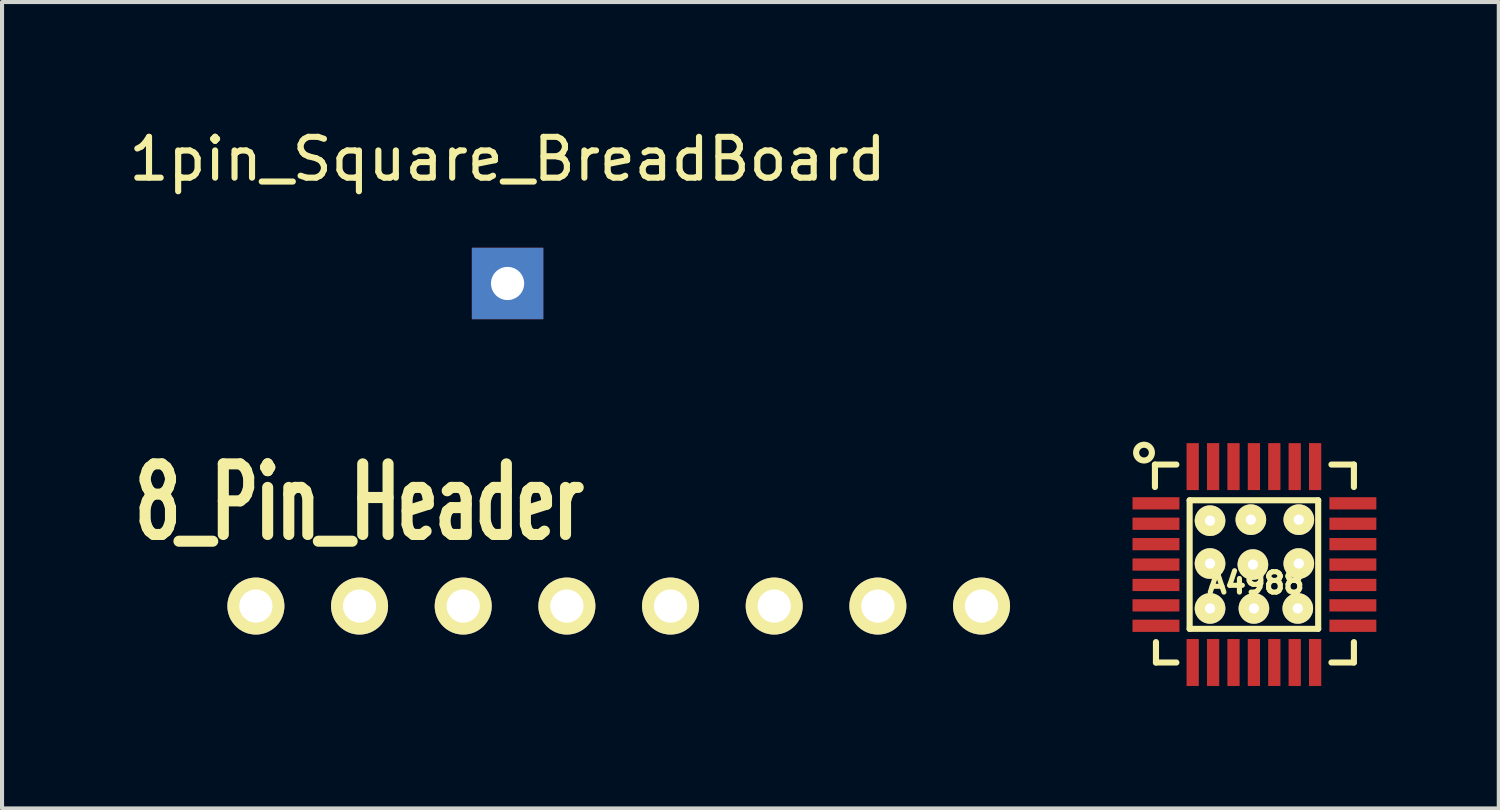
<source format=kicad_pcb>
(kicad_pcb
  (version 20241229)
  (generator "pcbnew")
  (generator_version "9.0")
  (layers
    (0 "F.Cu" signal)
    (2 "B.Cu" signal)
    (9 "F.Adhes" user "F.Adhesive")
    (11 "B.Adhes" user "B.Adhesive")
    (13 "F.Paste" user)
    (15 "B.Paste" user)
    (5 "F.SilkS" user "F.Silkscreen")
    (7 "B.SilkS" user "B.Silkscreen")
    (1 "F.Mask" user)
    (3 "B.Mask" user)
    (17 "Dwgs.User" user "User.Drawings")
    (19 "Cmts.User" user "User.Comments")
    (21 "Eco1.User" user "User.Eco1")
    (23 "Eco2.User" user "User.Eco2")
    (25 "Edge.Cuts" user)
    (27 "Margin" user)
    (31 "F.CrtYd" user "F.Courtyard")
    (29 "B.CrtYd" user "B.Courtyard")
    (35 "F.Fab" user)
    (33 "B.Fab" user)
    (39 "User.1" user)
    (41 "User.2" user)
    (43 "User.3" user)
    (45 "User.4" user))
  (footprint "8_Pin_Header"
    (layer "F.Cu")
    (at 12.11 11.8)
    (property "Reference" "8_Pin_Header" (at -6.35 -2.54 0) (layer "F.SilkS") (effects (font (size 1.73 1.087) (thickness 0.272))))
    (attr through_hole)
    (pad "1" thru_hole circle (at -8.89 0) (size 1.397 1.397) (drill 0.813) (layers "*.Cu" "*.Mask" "F.SilkS"))
    (pad "2" thru_hole circle (at -6.35 0) (size 1.397 1.397) (drill 0.813) (layers "*.Cu" "*.Mask" "F.SilkS"))
    (pad "3" thru_hole circle (at -3.81 0) (size 1.397 1.397) (drill 0.813) (layers "*.Cu" "*.Mask" "F.SilkS"))
    (pad "4" thru_hole circle (at -1.27 0) (size 1.397 1.397) (drill 0.813) (layers "*.Cu" "*.Mask" "F.SilkS"))
    (pad "5" thru_hole circle (at 1.27 0) (size 1.397 1.397) (drill 0.813) (layers "*.Cu" "*.Mask" "F.SilkS"))
    (pad "6" thru_hole circle (at 3.81 0) (size 1.397 1.397) (drill 0.813) (layers "*.Cu" "*.Mask" "F.SilkS"))
    (pad "7" thru_hole circle (at 6.35 0) (size 1.397 1.397) (drill 0.813) (layers "*.Cu" "*.Mask" "F.SilkS"))
    (pad "8" thru_hole circle (at 8.89 0) (size 1.397 1.397) (drill 0.813) (layers "*.Cu" "*.Mask" "F.SilkS")))
  (footprint "A4988"
    (layer "F.Cu")
    (at 26.099 12.358)
    (property "Reference" "A4988" (at 1.625 -1.125 0) (layer "F.SilkS") (effects (font (size 0.5 0.5) (thickness 0.125))))
    (attr through_hole)
    (fp_line (start -0.85 -4.025) (end -0.85 -3.475) (stroke (width 0.15) (type solid)) (layer "F.SilkS"))
    (fp_line (start -0.85 -4.025) (end -0.325 -4.025) (stroke (width 0.15) (type solid)) (layer "F.SilkS"))
    (fp_line (start -0.825 0.825) (end -0.825 0.325) (stroke (width 0.15) (type solid)) (layer "F.SilkS"))
    (fp_line (start -0.825 0.825) (end -0.325 0.825) (stroke (width 0.15) (type solid)) (layer "F.SilkS"))
    (fp_line (start 0 -3.15) (end 0 0) (stroke (width 0.15) (type solid)) (layer "F.SilkS"))
    (fp_line (start 0 0) (end 3.15 0) (stroke (width 0.15) (type solid)) (layer "F.SilkS"))
    (fp_line (start 3.15 -3.15) (end 0 -3.15) (stroke (width 0.15) (type solid)) (layer "F.SilkS"))
    (fp_line (start 3.15 0) (end 3.15 -3.15) (stroke (width 0.15) (type solid)) (layer "F.SilkS"))
    (fp_line (start 4.025 -4.025) (end 3.475 -4.025) (stroke (width 0.15) (type solid)) (layer "F.SilkS"))
    (fp_line (start 4.025 -4.025) (end 4.025 -3.475) (stroke (width 0.15) (type solid)) (layer "F.SilkS"))
    (fp_line (start 4.025 0.825) (end 3.475 0.825) (stroke (width 0.15) (type solid)) (layer "F.SilkS"))
    (fp_line (start 4.025 0.825) (end 4.025 0.325) (stroke (width 0.15) (type solid)) (layer "F.SilkS"))
    (fp_circle (center -1.118 -4.318) (end -1.194 -4.14) (stroke (width 0.15) (type solid)) (fill no) (layer "F.SilkS"))
    (pad "1" smd rect (at -0.825 -3.075) (size 1.15 0.3) (layers "F.Cu" "F.Mask" "F.Paste"))
    (pad "2" smd rect (at -0.825 -2.575) (size 1.15 0.3) (layers "F.Cu" "F.Mask" "F.Paste"))
    (pad "3" smd rect (at -0.825 -2.075) (size 1.15 0.3) (layers "F.Cu" "F.Mask" "F.Paste"))
    (pad "4" smd rect (at -0.825 -1.575) (size 1.15 0.3) (layers "F.Cu" "F.Mask" "F.Paste"))
    (pad "5" smd rect (at -0.825 -1.075) (size 1.15 0.3) (layers "F.Cu" "F.Mask" "F.Paste"))
    (pad "6" smd rect (at -0.825 -0.575) (size 1.15 0.3) (layers "F.Cu" "F.Mask" "F.Paste"))
    (pad "7" smd rect (at -0.825 -0.075) (size 1.15 0.3) (layers "F.Cu" "F.Mask" "F.Paste"))
    (pad "8" smd rect (at 0.075 0.825) (size 0.3 1.15) (layers "F.Cu" "F.Mask" "F.Paste"))
    (pad "9" smd rect (at 0.575 0.825) (size 0.3 1.15) (layers "F.Cu" "F.Mask" "F.Paste"))
    (pad "10" smd rect (at 1.075 0.825) (size 0.3 1.15) (layers "F.Cu" "F.Mask" "F.Paste"))
    (pad "11" smd rect (at 1.575 0.825) (size 0.3 1.15) (layers "F.Cu" "F.Mask" "F.Paste"))
    (pad "12" smd rect (at 2.075 0.825) (size 0.3 1.15) (layers "F.Cu" "F.Mask" "F.Paste"))
    (pad "13" smd rect (at 2.575 0.825) (size 0.3 1.15) (layers "F.Cu" "F.Mask" "F.Paste"))
    (pad "14" smd rect (at 3.075 0.825) (size 0.3 1.15) (layers "F.Cu" "F.Mask" "F.Paste"))
    (pad "15" smd rect (at 4 -0.075) (size 1.15 0.3) (layers "F.Cu" "F.Mask" "F.Paste"))
    (pad "16" smd rect (at 4 -0.575) (size 1.15 0.3) (layers "F.Cu" "F.Mask" "F.Paste"))
    (pad "17" smd rect (at 4 -1.075) (size 1.15 0.3) (layers "F.Cu" "F.Mask" "F.Paste"))
    (pad "18" smd rect (at 4 -1.575) (size 1.15 0.3) (layers "F.Cu" "F.Mask" "F.Paste"))
    (pad "19" smd rect (at 4 -2.075) (size 1.15 0.3) (layers "F.Cu" "F.Mask" "F.Paste"))
    (pad "20" smd rect (at 4 -2.575) (size 1.15 0.3) (layers "F.Cu" "F.Mask" "F.Paste"))
    (pad "21" smd rect (at 4 -3.075) (size 1.15 0.3) (layers "F.Cu" "F.Mask" "F.Paste"))
    (pad "22" smd rect (at 3.075 -3.975) (size 0.3 1.15) (layers "F.Cu" "F.Mask" "F.Paste"))
    (pad "23" smd rect (at 2.575 -3.975) (size 0.3 1.15) (layers "F.Cu" "F.Mask" "F.Paste"))
    (pad "24" smd rect (at 2.075 -3.975) (size 0.3 1.15) (layers "F.Cu" "F.Mask" "F.Paste"))
    (pad "25" smd rect (at 1.575 -3.975) (size 0.3 1.15) (layers "F.Cu" "F.Mask" "F.Paste"))
    (pad "26" smd rect (at 1.075 -3.975) (size 0.3 1.15) (layers "F.Cu" "F.Mask" "F.Paste"))
    (pad "27" smd rect (at 0.575 -3.975) (size 0.3 1.15) (layers "F.Cu" "F.Mask" "F.Paste"))
    (pad "28" smd rect (at 0.075 -3.975) (size 0.3 1.15) (layers "F.Cu" "F.Mask" "F.Paste"))
    (pad "29" thru_hole circle (at 0.5 -2.65) (size 0.75 0.75) (drill 0.25) (layers "*.Cu" "*.Mask" "F.SilkS"))
    (pad "29" thru_hole circle (at 0.5 -1.6) (size 0.75 0.75) (drill 0.25) (layers "*.Cu" "*.Mask" "F.SilkS"))
    (pad "29" thru_hole circle (at 0.5 -0.5) (size 0.75 0.75) (drill 0.25) (layers "*.Cu" "*.Mask" "F.SilkS"))
    (pad "29" thru_hole circle (at 1.5 -2.675) (size 0.75 0.75) (drill 0.25) (layers "*.Cu" "*.Mask" "F.SilkS"))
    (pad "29" thru_hole circle (at 1.55 -1.575) (size 0.75 0.75) (drill 0.25) (layers "*.Cu" "*.Mask" "F.SilkS"))
    (pad "29" thru_hole circle (at 1.575 -0.5) (size 0.75 0.75) (drill 0.25) (layers "*.Cu" "*.Mask" "F.SilkS"))
    (pad "29" thru_hole circle (at 2.65 -0.5) (size 0.75 0.75) (drill 0.25) (layers "*.Cu" "*.Mask" "F.SilkS"))
    (pad "29" thru_hole circle (at 2.675 -2.675) (size 0.75 0.75) (drill 0.25) (layers "*.Cu" "*.Mask" "F.SilkS"))
    (pad "29" thru_hole circle (at 2.675 -1.6) (size 0.75 0.75) (drill 0.25) (layers "*.Cu" "*.Mask" "F.SilkS")))
  (footprint "1pin_Square_BreadBoard"
    (layer "F.Cu")
    (at 9.387 3.896)
    (property "Reference" "1pin_Square_BreadBoard" (at 0 -3.048 0) (layer "F.SilkS") (effects (font (size 1 1) (thickness 0.15))))
    (attr through_hole)
    (pad "1" thru_hole rect (at 0 0) (size 1.75 1.75) (drill 0.813) (layers "*.Cu" "*.Paste" "*.Mask")))
  (gr_rect
    (start -3 -3)
    (end 33.674 16.758)
    (stroke (width 0.1) (type default))
    (fill no)
    (layer "Edge.Cuts")))
</source>
